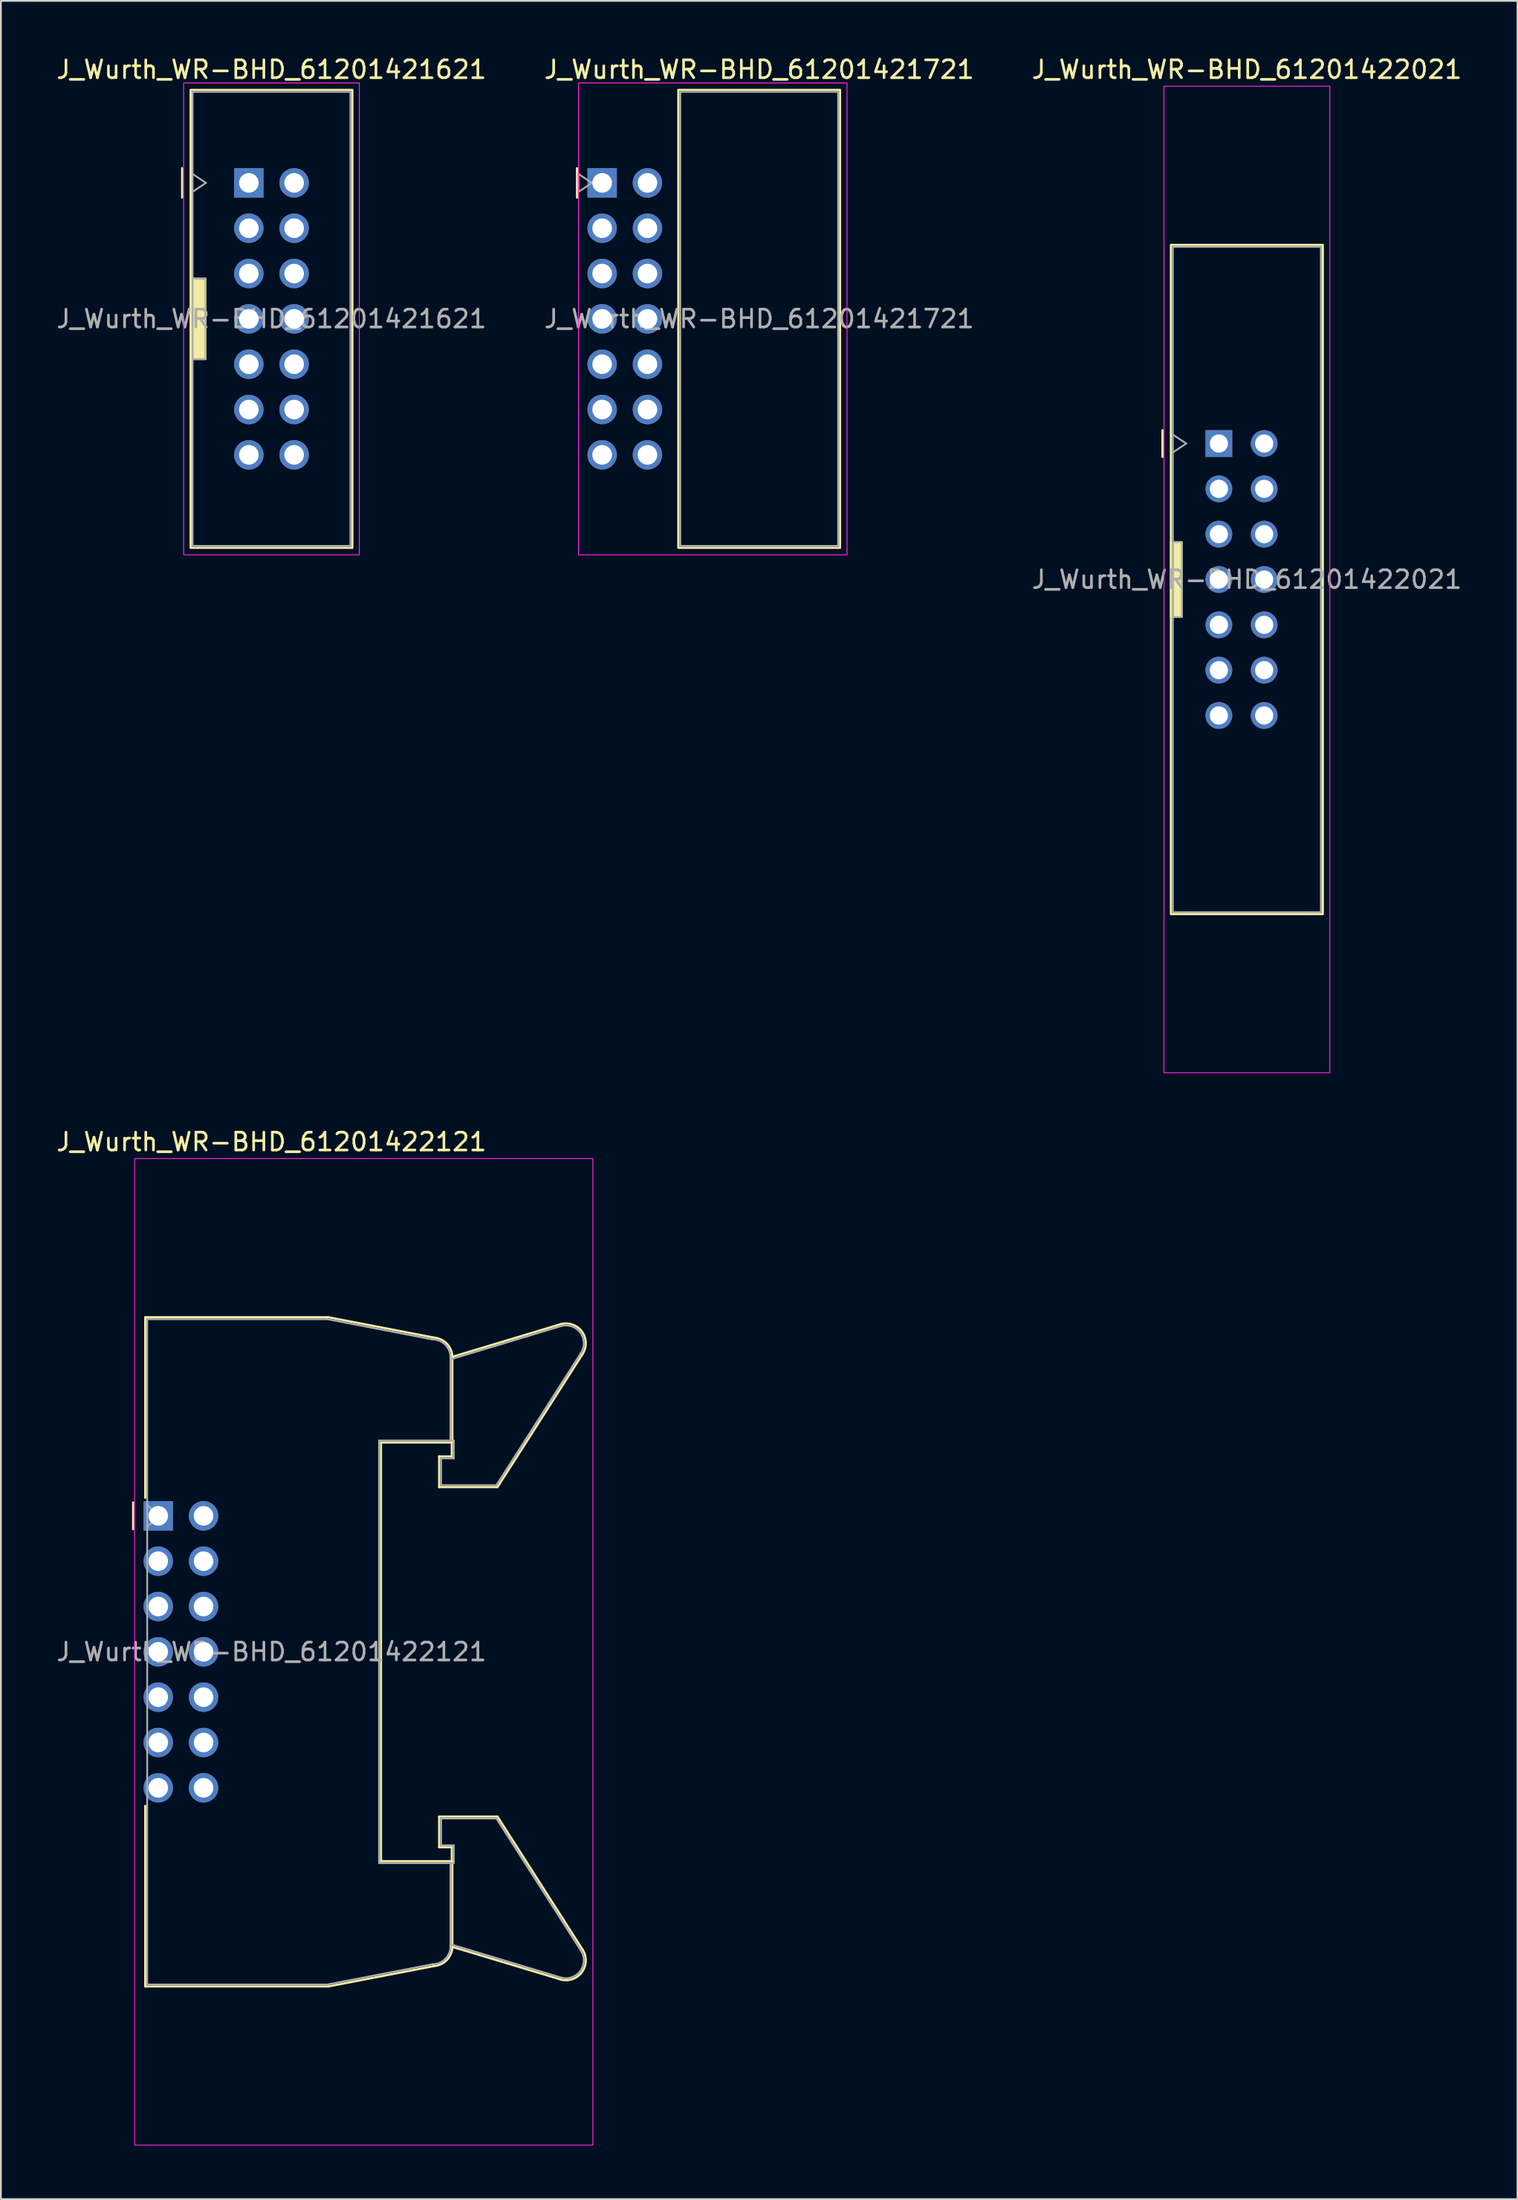
<source format=kicad_pcb>
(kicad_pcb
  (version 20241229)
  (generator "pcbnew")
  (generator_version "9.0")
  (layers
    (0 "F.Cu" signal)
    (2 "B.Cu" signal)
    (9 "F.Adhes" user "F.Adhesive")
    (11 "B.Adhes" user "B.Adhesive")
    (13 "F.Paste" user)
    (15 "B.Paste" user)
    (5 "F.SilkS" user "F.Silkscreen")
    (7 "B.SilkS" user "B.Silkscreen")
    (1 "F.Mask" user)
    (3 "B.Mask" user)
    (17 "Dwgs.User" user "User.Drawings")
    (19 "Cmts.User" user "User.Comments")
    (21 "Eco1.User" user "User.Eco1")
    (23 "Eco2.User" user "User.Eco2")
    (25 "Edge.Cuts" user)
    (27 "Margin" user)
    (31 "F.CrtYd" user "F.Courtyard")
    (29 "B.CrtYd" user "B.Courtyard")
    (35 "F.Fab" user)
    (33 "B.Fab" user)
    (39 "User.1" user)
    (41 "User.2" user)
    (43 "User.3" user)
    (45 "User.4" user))
  (footprint "J_Wurth_WR-BHD_61201421621"
    (layer "F.Cu")
    (at 10.903 7.198)
    (property "Reference" "J_Wurth_WR-BHD_61201421621" (at 1.27 -6.35 0) (unlocked yes) (layer "F.SilkS") (effects (font (size 1 1) (thickness 0.15))))
    (attr through_hole)
    (fp_line (start -3.74 -0.825) (end -3.74 0.825) (stroke (width 0.12) (type solid)) (layer "F.SilkS"))
    (fp_rect (start -3.265 -5.21) (end 5.805 20.45) (stroke (width 0.12) (type solid)) (fill no) (layer "F.SilkS"))
    (fp_rect (start -3.155 5.37) (end -2.43 9.87) (stroke (width 0.12) (type solid)) (fill yes) (layer "F.SilkS"))
    (fp_rect (start -3.655 -5.6) (end 6.195 20.84) (stroke (width 0.05) (type solid)) (fill no) (layer "F.CrtYd"))
    (fp_line (start -2.405 0) (end -3.155 -0.5) (stroke (width 0.1) (type solid)) (layer "F.Fab"))
    (fp_line (start -2.405 0) (end -3.155 0.5) (stroke (width 0.1) (type solid)) (layer "F.Fab"))
    (fp_rect (start -3.155 5.37) (end -2.43 9.87) (stroke (width 0.1) (type solid)) (fill no) (layer "F.Fab"))
    (fp_rect (start -3.155 -5.1) (end 5.695 20.34) (stroke (width 0.1) (type solid)) (fill no) (layer "F.Fab"))
    (fp_text user "${REFERENCE}" (at 1.27 7.62 0) (unlocked yes) (layer "F.Fab") (effects (font (size 1 1) (thickness 0.15))))
    (pad "1" thru_hole rect (at 0 0 270) (size 1.65 1.65) (drill 1.1) (layers "*.Cu" "*.Mask"))
    (pad "2" thru_hole circle (at 2.54 0 270) (size 1.65 1.65) (drill 1.1) (layers "*.Cu" "*.Mask"))
    (pad "3" thru_hole circle (at 0 2.54 270) (size 1.65 1.65) (drill 1.1) (layers "*.Cu" "*.Mask"))
    (pad "4" thru_hole circle (at 2.54 2.54 270) (size 1.65 1.65) (drill 1.1) (layers "*.Cu" "*.Mask"))
    (pad "5" thru_hole circle (at 0 5.08 270) (size 1.65 1.65) (drill 1.1) (layers "*.Cu" "*.Mask"))
    (pad "6" thru_hole circle (at 2.54 5.08 270) (size 1.65 1.65) (drill 1.1) (layers "*.Cu" "*.Mask"))
    (pad "7" thru_hole circle (at 0 7.62 270) (size 1.65 1.65) (drill 1.1) (layers "*.Cu" "*.Mask"))
    (pad "8" thru_hole circle (at 2.54 7.62 270) (size 1.65 1.65) (drill 1.1) (layers "*.Cu" "*.Mask"))
    (pad "9" thru_hole circle (at 0 10.16 270) (size 1.65 1.65) (drill 1.1) (layers "*.Cu" "*.Mask"))
    (pad "10" thru_hole circle (at 2.54 10.16 270) (size 1.65 1.65) (drill 1.1) (layers "*.Cu" "*.Mask"))
    (pad "11" thru_hole circle (at 0 12.7 270) (size 1.65 1.65) (drill 1.1) (layers "*.Cu" "*.Mask"))
    (pad "12" thru_hole circle (at 2.54 12.7 270) (size 1.65 1.65) (drill 1.1) (layers "*.Cu" "*.Mask"))
    (pad "13" thru_hole circle (at 0 15.24 270) (size 1.65 1.65) (drill 1.1) (layers "*.Cu" "*.Mask"))
    (pad "14" thru_hole circle (at 2.54 15.24 270) (size 1.65 1.65) (drill 1.1) (layers "*.Cu" "*.Mask")))
  (footprint "J_Wurth_WR-BHD_61201422121"
    (layer "F.Cu")
    (at 5.823 81.891)
    (property "Reference" "J_Wurth_WR-BHD_61201422121" (at 6.35 -20.955 0) (unlocked yes) (layer "F.SilkS") (effects (font (size 1 1) (thickness 0.15))))
    (attr through_hole)
    (fp_line (start -1.41 -0.75) (end -1.41 0.75) (stroke (width 0.12) (type solid)) (layer "F.SilkS"))
    (fp_line (start -0.73 -11.13) (end -0.73 -1.01) (stroke (width 0.12) (type solid)) (layer "F.SilkS"))
    (fp_line (start -0.73 -11.13) (end 9.534 -11.13) (stroke (width 0.12) (type solid)) (layer "F.SilkS"))
    (fp_line (start -0.73 26.37) (end -0.73 16.25) (stroke (width 0.12) (type solid)) (layer "F.SilkS"))
    (fp_line (start -0.73 26.37) (end 9.534 26.37) (stroke (width 0.12) (type solid)) (layer "F.SilkS"))
    (fp_line (start 9.534 -11.13) (end 15.443 -9.992) (stroke (width 0.12) (type solid)) (layer "F.SilkS"))
    (fp_line (start 9.534 26.37) (end 15.443 25.232) (stroke (width 0.12) (type solid)) (layer "F.SilkS"))
    (fp_line (start 12.49 19.35) (end 12.49 -4.11) (stroke (width 0.12) (type solid)) (layer "F.SilkS"))
    (fp_line (start 15.75 -3.33) (end 15.75 -1.61) (stroke (width 0.12) (type solid)) (layer "F.SilkS"))
    (fp_line (start 15.75 -1.61) (end 19.021 -1.61) (stroke (width 0.12) (type solid)) (layer "F.SilkS"))
    (fp_line (start 15.75 16.85) (end 19.021 16.85) (stroke (width 0.12) (type solid)) (layer "F.SilkS"))
    (fp_line (start 15.75 18.57) (end 15.75 16.85) (stroke (width 0.12) (type solid)) (layer "F.SilkS"))
    (fp_line (start 16.46 -4.11) (end 12.49 -4.11) (stroke (width 0.12) (type solid)) (layer "F.SilkS"))
    (fp_line (start 16.46 -4.11) (end 16.46 -3.33) (stroke (width 0.12) (type solid)) (layer "F.SilkS"))
    (fp_line (start 16.46 -3.33) (end 15.75 -3.33) (stroke (width 0.12) (type solid)) (layer "F.SilkS"))
    (fp_line (start 16.46 18.57) (end 15.75 18.57) (stroke (width 0.12) (type solid)) (layer "F.SilkS"))
    (fp_line (start 16.46 19.35) (end 12.49 19.35) (stroke (width 0.12) (type solid)) (layer "F.SilkS"))
    (fp_line (start 16.46 19.35) (end 16.46 18.57) (stroke (width 0.12) (type solid)) (layer "F.SilkS"))
    (fp_line (start 16.49 -8.975) (end 16.49 -4.11) (stroke (width 0.12) (type solid)) (layer "F.SilkS"))
    (fp_line (start 16.49 24.215) (end 16.49 19.35) (stroke (width 0.12) (type solid)) (layer "F.SilkS"))
    (fp_line (start 19.021 -1.61) (end 23.789 -9.059) (stroke (width 0.12) (type solid)) (layer "F.SilkS"))
    (fp_line (start 19.021 16.85) (end 23.789 24.299) (stroke (width 0.12) (type solid)) (layer "F.SilkS"))
    (fp_line (start 22.581 -10.747) (end 16.491 -8.914) (stroke (width 0.12) (type solid)) (layer "F.SilkS"))
    (fp_line (start 22.581 25.987) (end 16.491 24.154) (stroke (width 0.12) (type solid)) (layer "F.SilkS"))
    (fp_arc (start 15.442979 -9.98974) (mid 16.176162 -9.655638) (end 16.491006 -8.913981) (stroke (width 0.12) (type solid)) (layer "F.SilkS"))
    (fp_arc (start 16.491006 24.153981) (mid 16.176162 24.895638) (end 15.442979 25.22974) (stroke (width 0.12) (type solid)) (layer "F.SilkS"))
    (fp_arc (start 22.581 -10.747) (mid 23.764714 -10.317505) (end 23.789444 -9.058524) (stroke (width 0.12) (type solid)) (layer "F.SilkS"))
    (fp_arc (start 23.789444 24.298524) (mid 23.764714 25.557505) (end 22.581 25.987) (stroke (width 0.12) (type solid)) (layer "F.SilkS"))
    (fp_rect (start -1.325 -20.02) (end 24.37 35.26) (stroke (width 0.05) (type solid)) (fill no) (layer "F.CrtYd"))
    (fp_line (start -0.62 -11.02) (end 9.484 -11.02) (stroke (width 0.1) (type solid)) (layer "F.Fab"))
    (fp_line (start -0.62 26.26) (end -0.62 -11.02) (stroke (width 0.1) (type solid)) (layer "F.Fab"))
    (fp_line (start -0.62 26.26) (end 9.484 26.26) (stroke (width 0.1) (type solid)) (layer "F.Fab"))
    (fp_line (start 0 0) (end -0.62 -0.62) (stroke (width 0.1) (type solid)) (layer "F.Fab"))
    (fp_line (start 0 0) (end -0.62 0.62) (stroke (width 0.1) (type solid)) (layer "F.Fab"))
    (fp_line (start 9.484 -11.02) (end 15.381 -9.884) (stroke (width 0.1) (type solid)) (layer "F.Fab"))
    (fp_line (start 9.484 26.26) (end 15.381 25.124) (stroke (width 0.1) (type solid)) (layer "F.Fab"))
    (fp_line (start 12.38 19.46) (end 12.38 -4.22) (stroke (width 0.1) (type solid)) (layer "F.Fab"))
    (fp_line (start 15.86 -1.72) (end 15.86 -3.22) (stroke (width 0.1) (type solid)) (layer "F.Fab"))
    (fp_line (start 15.86 -1.72) (end 18.96 -1.72) (stroke (width 0.1) (type solid)) (layer "F.Fab"))
    (fp_line (start 15.86 16.96) (end 18.96 16.96) (stroke (width 0.1) (type solid)) (layer "F.Fab"))
    (fp_line (start 15.86 18.46) (end 15.86 16.96) (stroke (width 0.1) (type solid)) (layer "F.Fab"))
    (fp_line (start 16.38 -8.975) (end 16.38 -4.22) (stroke (width 0.1) (type solid)) (layer "F.Fab"))
    (fp_line (start 16.38 24.215) (end 16.38 19.46) (stroke (width 0.1) (type solid)) (layer "F.Fab"))
    (fp_line (start 16.57 -4.22) (end 12.38 -4.22) (stroke (width 0.1) (type solid)) (layer "F.Fab"))
    (fp_line (start 16.57 -4.22) (end 16.57 -3.22) (stroke (width 0.1) (type solid)) (layer "F.Fab"))
    (fp_line (start 16.57 -3.22) (end 15.86 -3.22) (stroke (width 0.1) (type solid)) (layer "F.Fab"))
    (fp_line (start 16.57 18.46) (end 15.86 18.46) (stroke (width 0.1) (type solid)) (layer "F.Fab"))
    (fp_line (start 16.57 19.46) (end 12.38 19.46) (stroke (width 0.1) (type solid)) (layer "F.Fab"))
    (fp_line (start 16.57 19.46) (end 16.57 18.46) (stroke (width 0.1) (type solid)) (layer "F.Fab"))
    (fp_line (start 18.96 -1.72) (end 23.696 -9.12) (stroke (width 0.1) (type solid)) (layer "F.Fab"))
    (fp_line (start 18.96 16.96) (end 23.696 24.36) (stroke (width 0.1) (type solid)) (layer "F.Fab"))
    (fp_line (start 22.571 -10.627) (end 16.481 -8.794) (stroke (width 0.1) (type solid)) (layer "F.Fab"))
    (fp_line (start 22.571 25.867) (end 16.481 24.034) (stroke (width 0.1) (type solid)) (layer "F.Fab"))
    (fp_arc (start 15.380999 -9.884) (mid 16.05791 -9.620576) (end 16.38 -8.969532) (stroke (width 0.1) (type solid)) (layer "F.Fab"))
    (fp_arc (start 16.38 24.209532) (mid 16.05791 24.860576) (end 15.380999 25.124) (stroke (width 0.1) (type solid)) (layer "F.Fab"))
    (fp_arc (start 22.573383 -10.628774) (mid 23.662842 -10.267362) (end 23.696001 -9.12) (stroke (width 0.1) (type solid)) (layer "F.Fab"))
    (fp_arc (start 23.696001 24.36) (mid 23.662842 25.507363) (end 22.573383 25.868774) (stroke (width 0.1) (type solid)) (layer "F.Fab"))
    (fp_text user "${REFERENCE}" (at 6.35 7.62 0) (unlocked yes) (layer "F.Fab") (effects (font (size 1 1) (thickness 0.15))))
    (pad "1" thru_hole rect (at 0 0 90) (size 1.65 1.65) (drill 1.1) (layers "*.Cu" "*.Mask"))
    (pad "2" thru_hole circle (at 2.54 0 90) (size 1.65 1.65) (drill 1.1) (layers "*.Cu" "*.Mask"))
    (pad "3" thru_hole circle (at 0 2.54 90) (size 1.65 1.65) (drill 1.1) (layers "*.Cu" "*.Mask"))
    (pad "4" thru_hole circle (at 2.54 2.54 90) (size 1.65 1.65) (drill 1.1) (layers "*.Cu" "*.Mask"))
    (pad "5" thru_hole circle (at 0 5.08 90) (size 1.65 1.65) (drill 1.1) (layers "*.Cu" "*.Mask"))
    (pad "6" thru_hole circle (at 2.54 5.08 90) (size 1.65 1.65) (drill 1.1) (layers "*.Cu" "*.Mask"))
    (pad "7" thru_hole circle (at 0 7.62 90) (size 1.65 1.65) (drill 1.1) (layers "*.Cu" "*.Mask"))
    (pad "8" thru_hole circle (at 2.54 7.62 90) (size 1.65 1.65) (drill 1.1) (layers "*.Cu" "*.Mask"))
    (pad "9" thru_hole circle (at 0 10.16 90) (size 1.65 1.65) (drill 1.1) (layers "*.Cu" "*.Mask"))
    (pad "10" thru_hole circle (at 2.54 10.16 90) (size 1.65 1.65) (drill 1.1) (layers "*.Cu" "*.Mask"))
    (pad "11" thru_hole circle (at 0 12.7 90) (size 1.65 1.65) (drill 1.1) (layers "*.Cu" "*.Mask"))
    (pad "12" thru_hole circle (at 2.54 12.7 90) (size 1.65 1.65) (drill 1.1) (layers "*.Cu" "*.Mask"))
    (pad "13" thru_hole circle (at 0 15.24 90) (size 1.65 1.65) (drill 1.1) (layers "*.Cu" "*.Mask"))
    (pad "14" thru_hole circle (at 2.54 15.24 90) (size 1.65 1.65) (drill 1.1) (layers "*.Cu" "*.Mask")))
  (footprint "J_Wurth_WR-BHD_61201422021"
    (layer "F.Cu")
    (at 65.293 21.803)
    (property "Reference" "J_Wurth_WR-BHD_61201422021" (at 1.57 -20.955 0) (unlocked yes) (layer "F.SilkS") (effects (font (size 1 1) (thickness 0.15))))
    (attr through_hole)
    (fp_line (start -3.165 -0.75) (end -3.165 0.75) (stroke (width 0.12) (type solid)) (layer "F.SilkS"))
    (fp_rect (start -2.69 -11.13) (end 5.83 26.37) (stroke (width 0.12) (type solid)) (fill no) (layer "F.SilkS"))
    (fp_rect (start -2.69 5.52) (end -2.08 9.72) (stroke (width 0.1) (type solid)) (fill yes) (layer "F.SilkS"))
    (fp_rect (start -3.08 -20.02) (end 6.22 35.26) (stroke (width 0.05) (type solid)) (fill no) (layer "F.CrtYd"))
    (fp_line (start -1.83 0) (end -2.58 -0.5) (stroke (width 0.1) (type solid)) (layer "F.Fab"))
    (fp_line (start -1.83 0) (end -2.58 0.5) (stroke (width 0.1) (type solid)) (layer "F.Fab"))
    (fp_rect (start -2.58 -11.02) (end 5.72 26.26) (stroke (width 0.1) (type solid)) (fill no) (layer "F.Fab"))
    (fp_rect (start -2.58 5.52) (end -2.08 9.72) (stroke (width 0.1) (type solid)) (fill no) (layer "F.Fab"))
    (fp_text user "${REFERENCE}" (at 1.57 7.62 0) (unlocked yes) (layer "F.Fab") (effects (font (size 1 1) (thickness 0.15))))
    (pad "1" thru_hole rect (at 0 0 270) (size 1.5 1.5) (drill 1.02) (layers "*.Cu" "*.Mask"))
    (pad "2" thru_hole circle (at 2.54 0 270) (size 1.5 1.5) (drill 1.02) (layers "*.Cu" "*.Mask"))
    (pad "3" thru_hole circle (at 0 2.54 270) (size 1.5 1.5) (drill 1.02) (layers "*.Cu" "*.Mask"))
    (pad "4" thru_hole circle (at 2.54 2.54 270) (size 1.5 1.5) (drill 1.02) (layers "*.Cu" "*.Mask"))
    (pad "5" thru_hole circle (at 0 5.08 270) (size 1.5 1.5) (drill 1.02) (layers "*.Cu" "*.Mask"))
    (pad "6" thru_hole circle (at 2.54 5.08 270) (size 1.5 1.5) (drill 1.02) (layers "*.Cu" "*.Mask"))
    (pad "7" thru_hole circle (at 0 7.62 270) (size 1.5 1.5) (drill 1.02) (layers "*.Cu" "*.Mask"))
    (pad "8" thru_hole circle (at 2.54 7.62 270) (size 1.5 1.5) (drill 1.02) (layers "*.Cu" "*.Mask"))
    (pad "9" thru_hole circle (at 0 10.16 270) (size 1.5 1.5) (drill 1.02) (layers "*.Cu" "*.Mask"))
    (pad "10" thru_hole circle (at 2.54 10.16 270) (size 1.5 1.5) (drill 1.02) (layers "*.Cu" "*.Mask"))
    (pad "11" thru_hole circle (at 0 12.7 270) (size 1.5 1.5) (drill 1.02) (layers "*.Cu" "*.Mask"))
    (pad "12" thru_hole circle (at 2.54 12.7 270) (size 1.5 1.5) (drill 1.02) (layers "*.Cu" "*.Mask"))
    (pad "13" thru_hole circle (at 0 15.24 270) (size 1.5 1.5) (drill 1.02) (layers "*.Cu" "*.Mask"))
    (pad "14" thru_hole circle (at 2.54 15.24 270) (size 1.5 1.5) (drill 1.02) (layers "*.Cu" "*.Mask")))
  (footprint "J_Wurth_WR-BHD_61201421721"
    (layer "F.Cu")
    (at 30.713 7.198)
    (property "Reference" "J_Wurth_WR-BHD_61201421721" (at 8.805 -6.35 0) (unlocked yes) (layer "F.SilkS") (effects (font (size 1 1) (thickness 0.15))))
    (attr through_hole)
    (fp_line (start -1.41 0.825) (end -1.41 -0.825) (stroke (width 0.12) (type solid)) (layer "F.SilkS"))
    (fp_rect (start 4.27 -5.21) (end 13.34 20.45) (stroke (width 0.12) (type solid)) (fill no) (layer "F.SilkS"))
    (fp_rect (start -1.325 -5.6) (end 13.73 20.84) (stroke (width 0.05) (type solid)) (fill no) (layer "F.CrtYd"))
    (fp_line (start -1.325 0.5) (end -1.325 -0.5) (stroke (width 0.1) (type default)) (layer "F.Fab"))
    (fp_line (start -0.575 0) (end -1.325 -0.5) (stroke (width 0.1) (type solid)) (layer "F.Fab"))
    (fp_line (start -0.575 0) (end -1.325 0.5) (stroke (width 0.1) (type solid)) (layer "F.Fab"))
    (fp_rect (start 4.38 -5.1) (end 13.23 20.34) (stroke (width 0.1) (type solid)) (fill no) (layer "F.Fab"))
    (fp_text user "${REFERENCE}" (at 8.805 7.62 0) (unlocked yes) (layer "F.Fab") (effects (font (size 1 1) (thickness 0.15))))
    (pad "1" thru_hole rect (at 0 0 90) (size 1.65 1.65) (drill 1.1) (layers "*.Cu" "*.Mask"))
    (pad "2" thru_hole circle (at 2.54 0 90) (size 1.65 1.65) (drill 1.1) (layers "*.Cu" "*.Mask"))
    (pad "3" thru_hole circle (at 0 2.54 90) (size 1.65 1.65) (drill 1.1) (layers "*.Cu" "*.Mask"))
    (pad "4" thru_hole circle (at 2.54 2.54 90) (size 1.65 1.65) (drill 1.1) (layers "*.Cu" "*.Mask"))
    (pad "5" thru_hole circle (at 0 5.08 90) (size 1.65 1.65) (drill 1.1) (layers "*.Cu" "*.Mask"))
    (pad "6" thru_hole circle (at 2.54 5.08 90) (size 1.65 1.65) (drill 1.1) (layers "*.Cu" "*.Mask"))
    (pad "7" thru_hole circle (at 0 7.62 90) (size 1.65 1.65) (drill 1.1) (layers "*.Cu" "*.Mask"))
    (pad "8" thru_hole circle (at 2.54 7.62 90) (size 1.65 1.65) (drill 1.1) (layers "*.Cu" "*.Mask"))
    (pad "9" thru_hole circle (at 0 10.16 90) (size 1.65 1.65) (drill 1.1) (layers "*.Cu" "*.Mask"))
    (pad "10" thru_hole circle (at 2.54 10.16 90) (size 1.65 1.65) (drill 1.1) (layers "*.Cu" "*.Mask"))
    (pad "11" thru_hole circle (at 0 12.7 90) (size 1.65 1.65) (drill 1.1) (layers "*.Cu" "*.Mask"))
    (pad "12" thru_hole circle (at 2.54 12.7 90) (size 1.65 1.65) (drill 1.1) (layers "*.Cu" "*.Mask"))
    (pad "13" thru_hole circle (at 0 15.24 90) (size 1.65 1.65) (drill 1.1) (layers "*.Cu" "*.Mask"))
    (pad "14" thru_hole circle (at 2.54 15.24 90) (size 1.65 1.65) (drill 1.1) (layers "*.Cu" "*.Mask")))
  (gr_rect
    (start -3 -3)
    (end 82.036 120.177)
    (stroke (width 0.1) (type default))
    (fill no)
    (layer "Edge.Cuts")))
</source>
